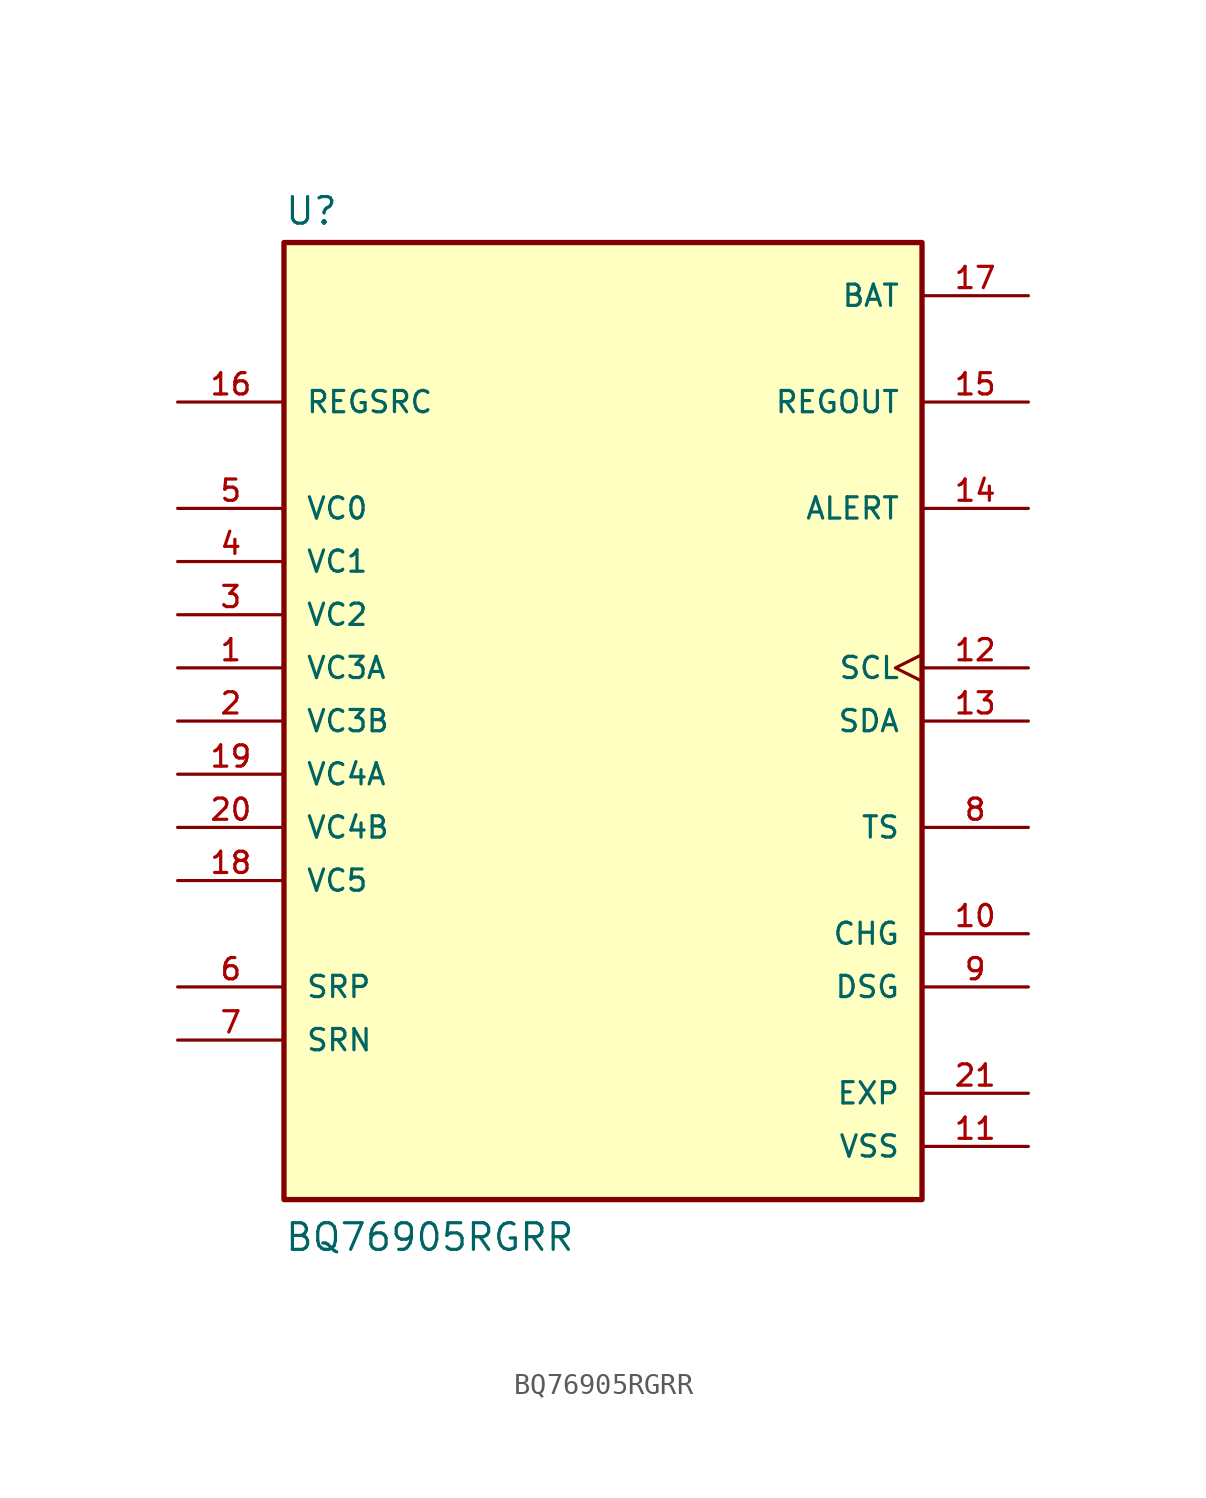
<source format=kicad_sym>
(kicad_symbol_lib
  (version 20211014)
  (generator kicad_symbol_editor)
  (symbol "BQ76905RGRR"
    (pin_names
      (offset 1.016))
    (property "Reference" "U"
      (at -15.24 23.622 0)
      (effects (font (size 1.27 1.27)) (justify bottom left)))
    (property "Value" "BQ76905RGRR"
      (at -15.24 -25.4 0)
      (effects (font (size 1.27 1.27)) (justify bottom left)))
    (symbol "BQ76905RGRR_0_0"
      (rectangle (start -15.24 -22.86) (end 15.24 22.86) (stroke (width 0.254)) (fill (type background)))
      (pin input line (at -20.32 2.54 0) (length 5.08) (name "VC3A" (effects (font (size 1.016 1.016)))) (number "1" (effects (font (size 1.016 1.016)))))
      (pin input line (at -20.32 0.0 0) (length 5.08) (name "VC3B" (effects (font (size 1.016 1.016)))) (number "2" (effects (font (size 1.016 1.016)))))
      (pin input line (at -20.32 5.08 0) (length 5.08) (name "VC2" (effects (font (size 1.016 1.016)))) (number "3" (effects (font (size 1.016 1.016)))))
      (pin input line (at -20.32 7.62 0) (length 5.08) (name "VC1" (effects (font (size 1.016 1.016)))) (number "4" (effects (font (size 1.016 1.016)))))
      (pin input line (at -20.32 10.16 0) (length 5.08) (name "VC0" (effects (font (size 1.016 1.016)))) (number "5" (effects (font (size 1.016 1.016)))))
      (pin input line (at -20.32 -12.7 0) (length 5.08) (name "SRP" (effects (font (size 1.016 1.016)))) (number "6" (effects (font (size 1.016 1.016)))))
      (pin input line (at -20.32 -15.24 0) (length 5.08) (name "SRN" (effects (font (size 1.016 1.016)))) (number "7" (effects (font (size 1.016 1.016)))))
      (pin bidirectional line (at 20.32 -5.08 180.0) (length 5.08) (name "TS" (effects (font (size 1.016 1.016)))) (number "8" (effects (font (size 1.016 1.016)))))
      (pin output line (at 20.32 -12.7 180.0) (length 5.08) (name "DSG" (effects (font (size 1.016 1.016)))) (number "9" (effects (font (size 1.016 1.016)))))
      (pin output line (at 20.32 -10.16 180.0) (length 5.08) (name "CHG" (effects (font (size 1.016 1.016)))) (number "10" (effects (font (size 1.016 1.016)))))
      (pin power_in line (at 20.32 -20.32 180.0) (length 5.08) (name "VSS" (effects (font (size 1.016 1.016)))) (number "11" (effects (font (size 1.016 1.016)))))
      (pin bidirectional clock (at 20.32 2.54 180.0) (length 5.08) (name "SCL" (effects (font (size 1.016 1.016)))) (number "12" (effects (font (size 1.016 1.016)))))
      (pin bidirectional line (at 20.32 0.0 180.0) (length 5.08) (name "SDA" (effects (font (size 1.016 1.016)))) (number "13" (effects (font (size 1.016 1.016)))))
      (pin output line (at 20.32 15.24 180.0) (length 5.08) (name "REGOUT" (effects (font (size 1.016 1.016)))) (number "15" (effects (font (size 1.016 1.016)))))
      (pin output line (at 20.32 10.16 180.0) (length 5.08) (name "ALERT" (effects (font (size 1.016 1.016)))) (number "14" (effects (font (size 1.016 1.016)))))
      (pin input line (at -20.32 15.24 0) (length 5.08) (name "REGSRC" (effects (font (size 1.016 1.016)))) (number "16" (effects (font (size 1.016 1.016)))))
      (pin power_in line (at 20.32 20.32 180.0) (length 5.08) (name "BAT" (effects (font (size 1.016 1.016)))) (number "17" (effects (font (size 1.016 1.016)))))
      (pin input line (at -20.32 -7.62 0) (length 5.08) (name "VC5" (effects (font (size 1.016 1.016)))) (number "18" (effects (font (size 1.016 1.016)))))
      (pin input line (at -20.32 -2.54 0) (length 5.08) (name "VC4A" (effects (font (size 1.016 1.016)))) (number "19" (effects (font (size 1.016 1.016)))))
      (pin input line (at -20.32 -5.08 0) (length 5.08) (name "VC4B" (effects (font (size 1.016 1.016)))) (number "20" (effects (font (size 1.016 1.016)))))
      (pin passive line (at 20.32 -17.78 180.0) (length 5.08) (name "EXP" (effects (font (size 1.016 1.016)))) (number "21" (effects (font (size 1.016 1.016))))))))
</source>
